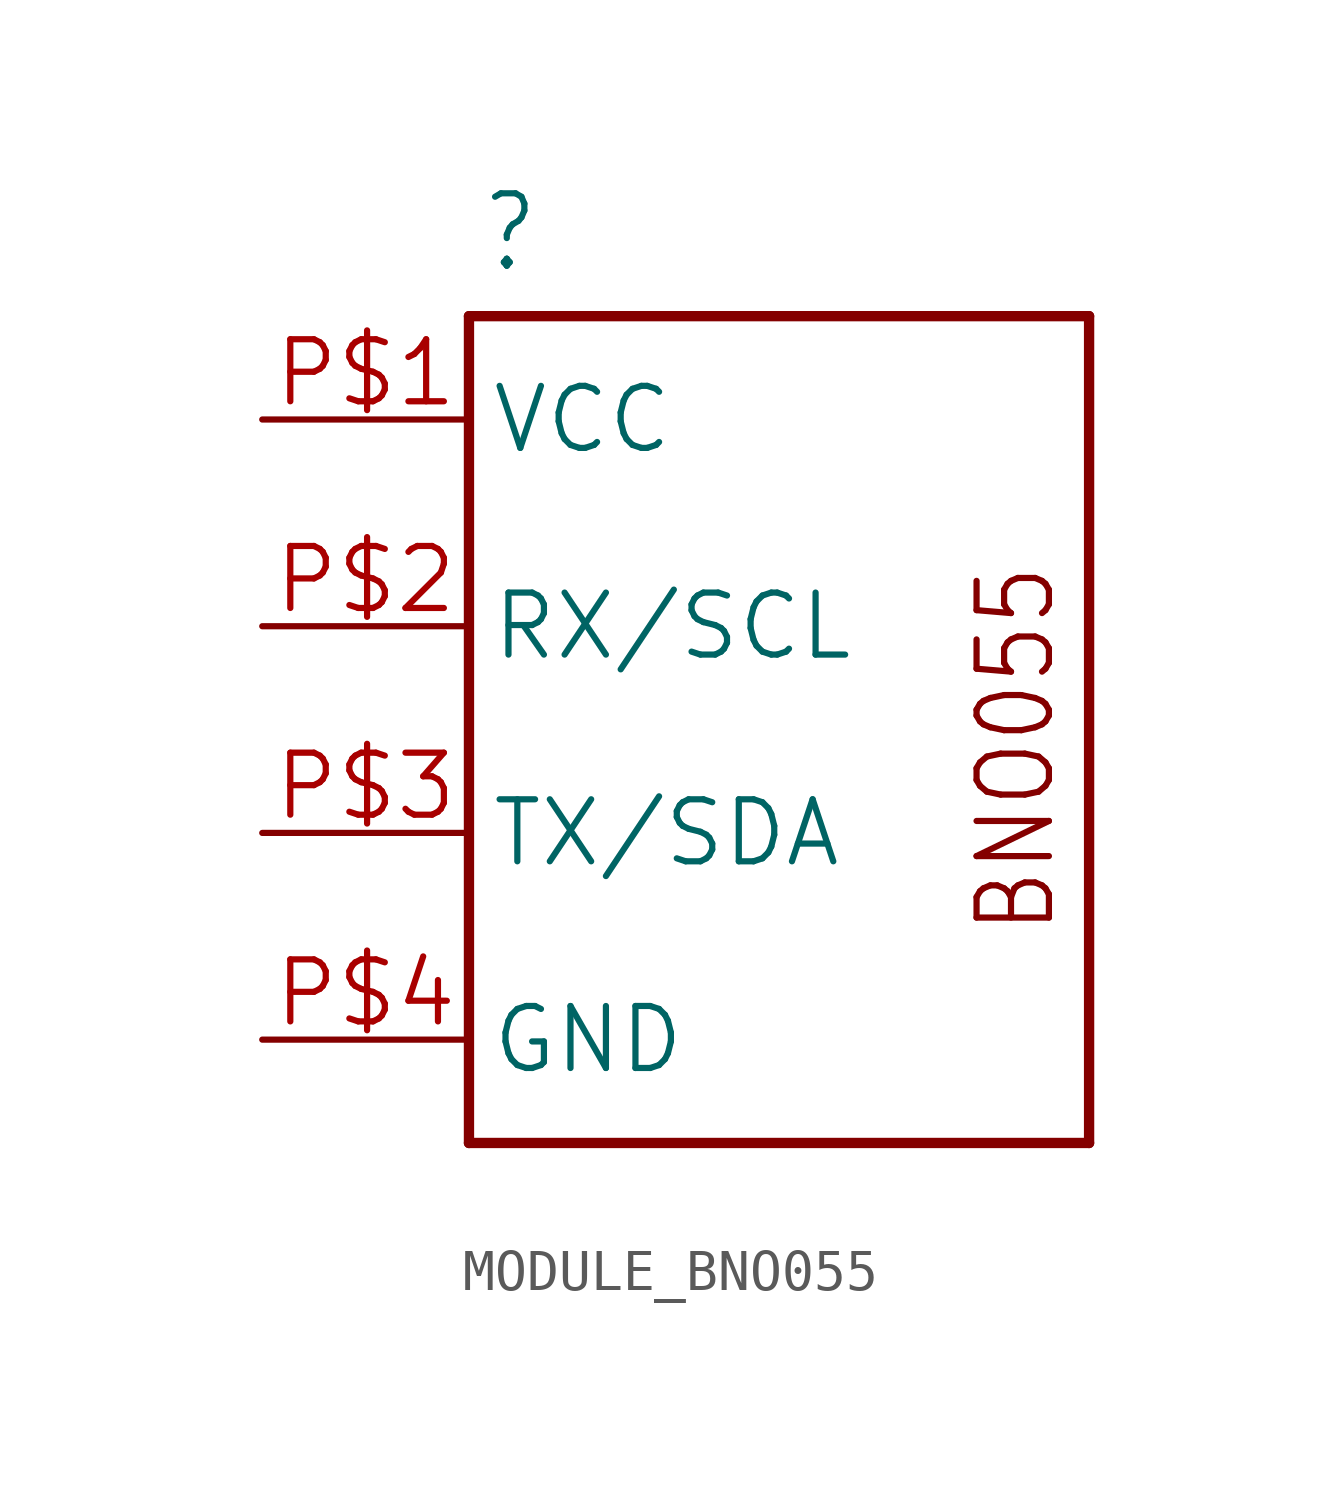
<source format=kicad_sym>
(kicad_symbol_lib
  (version 20241209)
  (generator "kicad_symbol_editor")
  (generator_version "9.0")
  (symbol "MODULE_BNO055"
    (property "Reference" ""
      (at -4.826 11.176 0)
      (effects (font (size 1.778 1.511)) (justify left bottom)))
    (property "ki_locked" ""
      (at 0 0 0)
      (effects (font (size 1.27 1.27))))
    (symbol "MODULE_BNO055_1_0"
      (polyline (pts (xy -5.08 10.16) (xy 10.16 10.16)) (stroke (width 0.254) (type solid)) (fill (type none)))
      (polyline (pts (xy -5.08 -10.16) (xy -5.08 10.16)) (stroke (width 0.254) (type solid)) (fill (type none)))
      (polyline (pts (xy 10.16 10.16) (xy 10.16 -10.16)) (stroke (width 0.254) (type solid)) (fill (type none)))
      (polyline (pts (xy 10.16 -10.16) (xy -5.08 -10.16)) (stroke (width 0.254) (type solid)) (fill (type none)))
      (text "BNO055" (at 9.398 -5.08 900) (effects (font (size 1.778 1.511)) (justify left bottom)))
      (pin bidirectional line (at -10.16 7.62 0) (length 5.08) (name "VCC" (effects (font (size 1.524 1.524)))) (number "P$1" (effects (font (size 1.524 1.524)))))
      (pin bidirectional line (at -10.16 2.54 0) (length 5.08) (name "RX/SCL" (effects (font (size 1.524 1.524)))) (number "P$2" (effects (font (size 1.524 1.524)))))
      (pin bidirectional line (at -10.16 -2.54 0) (length 5.08) (name "TX/SDA" (effects (font (size 1.524 1.524)))) (number "P$3" (effects (font (size 1.524 1.524)))))
      (pin bidirectional line (at -10.16 -7.62 0) (length 5.08) (name "GND" (effects (font (size 1.524 1.524)))) (number "P$4" (effects (font (size 1.524 1.524))))))))
</source>
